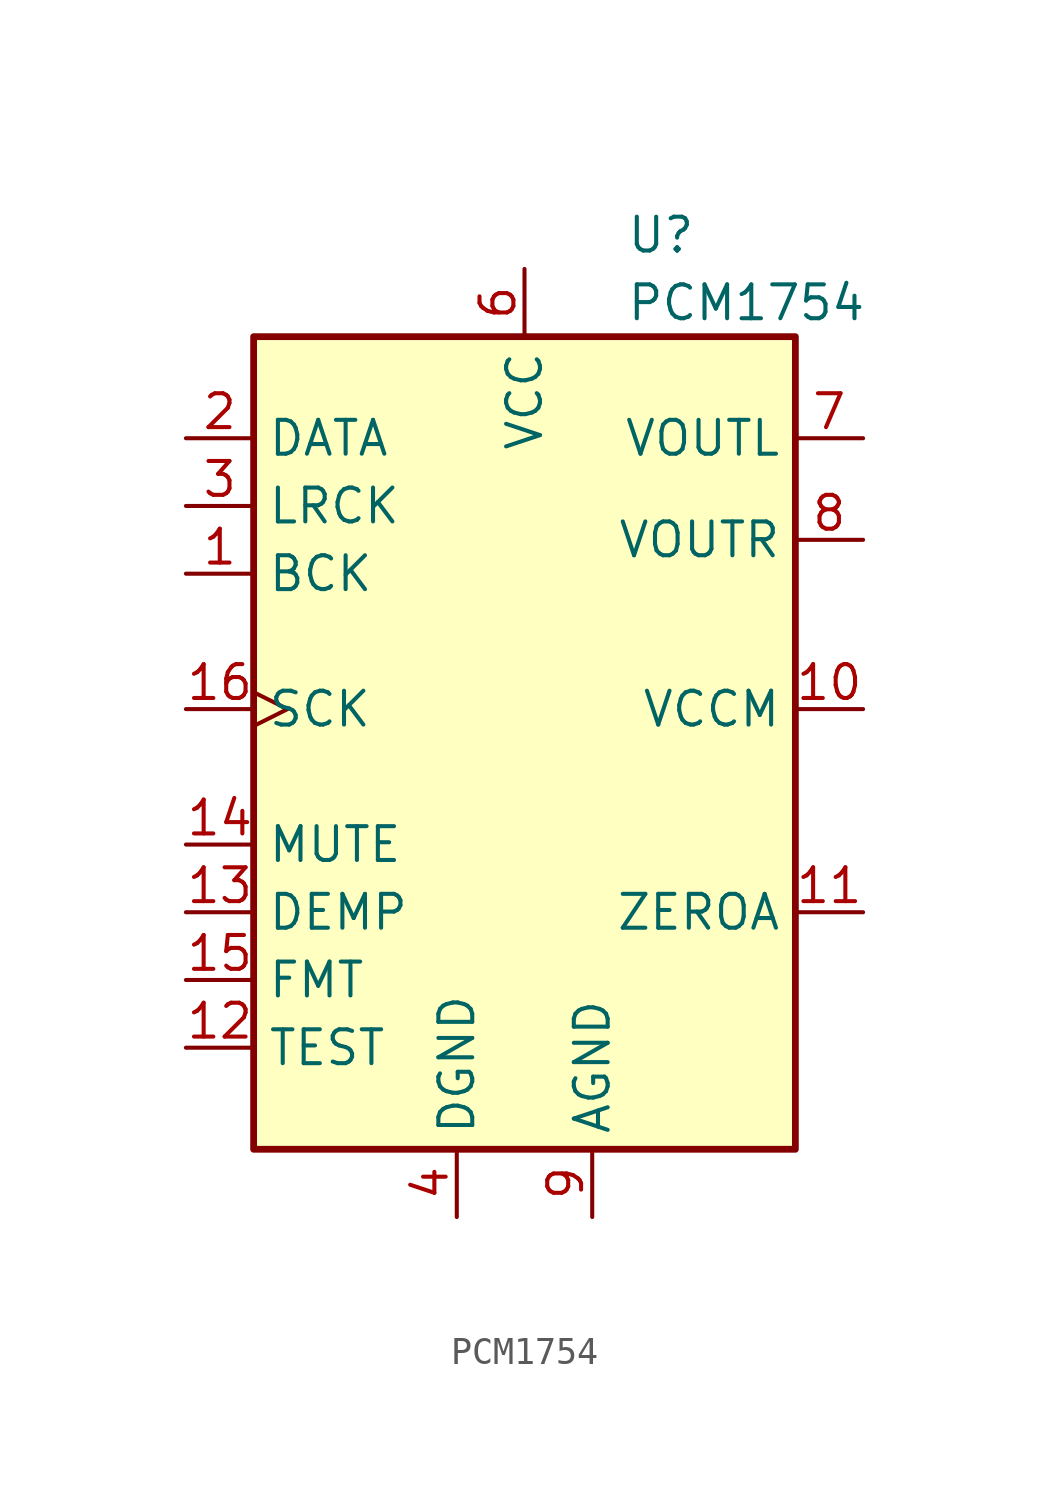
<source format=kicad_sym>
(kicad_symbol_lib
  (version 20220914)
  (generator kicad_symbol_editor)
  (symbol "PCM1754"
    (property "Reference" "U"
      (at 3.81 20.32 0)
      (effects (font (size 1.27 1.27)) (justify left)))
    (property "Value" "PCM1754"
      (at 3.81 17.78 0)
      (effects (font (size 1.27 1.27)) (justify left)))
    (symbol "PCM1754_1_1"
      (rectangle (start -10.16 16.51) (end 10.16 -13.97) (stroke (width 0.254) (type default)) (fill (type background)))
      (pin input line (at -12.7 7.62 0) (length 2.54) (name "BCK" (effects (font (size 1.27 1.27)))) (number "1" (effects (font (size 1.27 1.27)))))
      (pin output line (at 12.7 2.54 180) (length 2.54) (name "VCCM" (effects (font (size 1.27 1.27)))) (number "10" (effects (font (size 1.27 1.27)))))
      (pin output line (at 12.7 -5.08 180) (length 2.54) (name "ZEROA" (effects (font (size 1.27 1.27)))) (number "11" (effects (font (size 1.27 1.27)))))
      (pin input line (at -12.7 -10.16 0) (length 2.54) (name "TEST" (effects (font (size 1.27 1.27)))) (number "12" (effects (font (size 1.27 1.27)))))
      (pin input line (at -12.7 -5.08 0) (length 2.54) (name "DEMP" (effects (font (size 1.27 1.27)))) (number "13" (effects (font (size 1.27 1.27)))))
      (pin input line (at -12.7 -2.54 0) (length 2.54) (name "MUTE" (effects (font (size 1.27 1.27)))) (number "14" (effects (font (size 1.27 1.27)))))
      (pin input line (at -12.7 -7.62 0) (length 2.54) (name "FMT" (effects (font (size 1.27 1.27)))) (number "15" (effects (font (size 1.27 1.27)))))
      (pin input clock (at -12.7 2.54 0) (length 2.54) (name "SCK" (effects (font (size 1.27 1.27)))) (number "16" (effects (font (size 1.27 1.27)))))
      (pin input line (at -12.7 12.7 0) (length 2.54) (name "DATA" (effects (font (size 1.27 1.27)))) (number "2" (effects (font (size 1.27 1.27)))))
      (pin input line (at -12.7 10.16 0) (length 2.54) (name "LRCK" (effects (font (size 1.27 1.27)))) (number "3" (effects (font (size 1.27 1.27)))))
      (pin power_in line (at -2.54 -16.51 90) (length 2.54) (name "DGND" (effects (font (size 1.27 1.27)))) (number "4" (effects (font (size 1.27 1.27)))))
      (pin input line (at 0 19.05 270) (length 2.54) (name "VCC" (effects (font (size 1.27 1.27)))) (number "6" (effects (font (size 1.27 1.27)))))
      (pin output line (at 12.7 12.7 180) (length 2.54) (name "VOUTL" (effects (font (size 1.27 1.27)))) (number "7" (effects (font (size 1.27 1.27)))))
      (pin output line (at 12.7 8.89 180) (length 2.54) (name "VOUTR" (effects (font (size 1.27 1.27)))) (number "8" (effects (font (size 1.27 1.27)))))
      (pin power_in line (at 2.54 -16.51 90) (length 2.54) (name "AGND" (effects (font (size 1.27 1.27)))) (number "9" (effects (font (size 1.27 1.27))))))))
</source>
